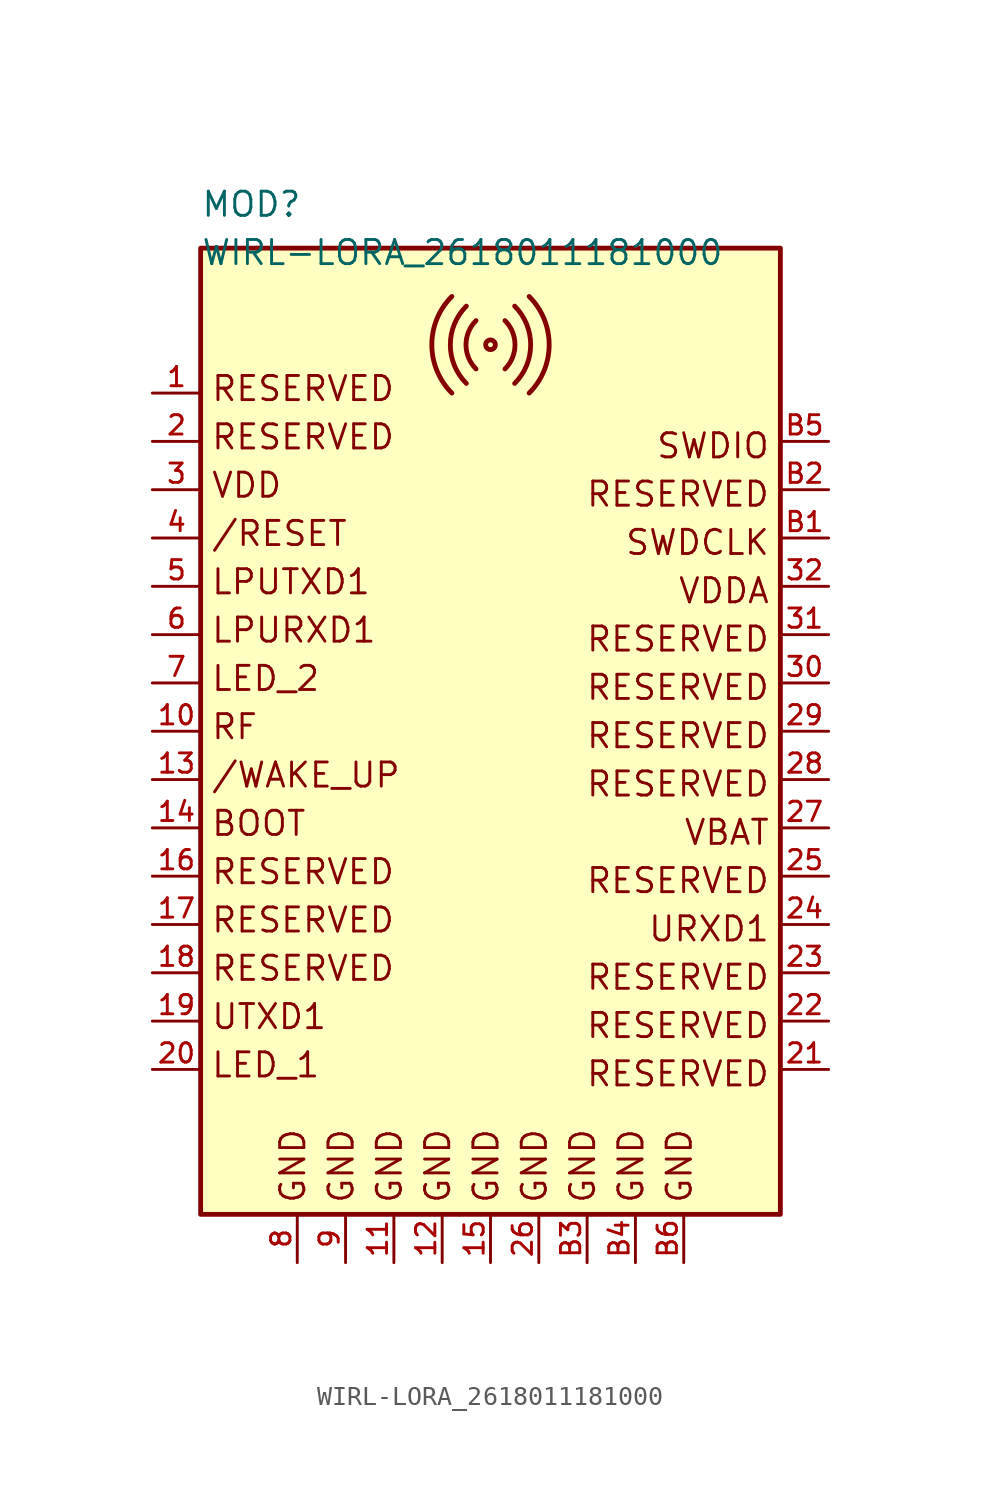
<source format=kicad_sym>
(kicad_symbol_lib
  (version 20211014)
  (generator kicad_symbol_editor)
  (symbol "WIRL-LORA_2618011181000"
    (pin_names
      (offset 1.016))
    (property "Reference" "MOD"
      (at -15.24 28.448 0.0)
      (effects (font (size 1.27 1.27)) (justify top left)))
    (property "Value" "WIRL-LORA_2618011181000"
      (at -15.24 25.908 0.0)
      (effects (font (size 1.27 1.27)) (justify top left)))
    (symbol "WIRL-LORA_2618011181000_0_0"
      (text "RESERVED" (at -14.732 17.272 0) (effects (font (size 1.27 1.27)) (justify bottom left)))
      (text "RESERVED" (at -14.732 14.732 0) (effects (font (size 1.27 1.27)) (justify bottom left)))
      (text "UTXD1" (at -14.732 -15.748 0) (effects (font (size 1.27 1.27)) (justify bottom left)))
      (text "RESERVED" (at 14.732 13.208 0) (effects (font (size 1.27 1.27)) (justify top right)))
      (text "RESERVED" (at -14.732 -13.208 0) (effects (font (size 1.27 1.27)) (justify bottom left)))
      (text "LED_2" (at -14.732 2.032 0) (effects (font (size 1.27 1.27)) (justify bottom left)))
      (text "/WAKE_UP" (at -14.732 -3.048 0) (effects (font (size 1.27 1.27)) (justify bottom left)))
      (text "URXD1" (at 14.732 -9.652 0) (effects (font (size 1.27 1.27)) (justify top right)))
      (text "LED_1" (at -14.732 -18.288 0) (effects (font (size 1.27 1.27)) (justify bottom left)))
      (text "GND" (at -2.032 -24.892 900) (effects (font (size 1.27 1.27)) (justify bottom left)))
      (text "VBAT" (at 14.732 -4.572 0) (effects (font (size 1.27 1.27)) (justify top right)))
      (text "RESERVED" (at 14.732 -7.112 0) (effects (font (size 1.27 1.27)) (justify top right)))
      (text "RESERVED" (at 14.732 -12.192 0) (effects (font (size 1.27 1.27)) (justify top right)))
      (text "RESERVED" (at 14.732 -14.732 0) (effects (font (size 1.27 1.27)) (justify top right)))
      (text "RESERVED" (at 14.732 -17.272 0) (effects (font (size 1.27 1.27)) (justify top right)))
      (text "VDDA" (at 14.732 8.128 0) (effects (font (size 1.27 1.27)) (justify top right)))
      (text "RESERVED" (at 14.732 -2.032 0) (effects (font (size 1.27 1.27)) (justify top right)))
      (text "RESERVED" (at -14.732 -10.668 0) (effects (font (size 1.27 1.27)) (justify bottom left)))
      (text "VDD" (at -14.732 12.192 0) (effects (font (size 1.27 1.27)) (justify bottom left)))
      (text "/RESET" (at -14.732 9.652 0) (effects (font (size 1.27 1.27)) (justify bottom left)))
      (text "LPUTXD1" (at -14.732 7.112 0) (effects (font (size 1.27 1.27)) (justify bottom left)))
      (text "LPURXD1" (at -14.732 4.572 0) (effects (font (size 1.27 1.27)) (justify bottom left)))
      (text "RESERVED" (at 14.732 0.508 0) (effects (font (size 1.27 1.27)) (justify top right)))
      (text "GND" (at 8.128 -24.892 900) (effects (font (size 1.27 1.27)) (justify bottom left)))
      (text "GND" (at 10.668 -24.892 900) (effects (font (size 1.27 1.27)) (justify bottom left)))
      (text "RF" (at -14.732 -0.508 0) (effects (font (size 1.27 1.27)) (justify bottom left)))
      (text "GND" (at 0.508 -24.892 900) (effects (font (size 1.27 1.27)) (justify bottom left)))
      (text "GND" (at 3.048 -24.892 900) (effects (font (size 1.27 1.27)) (justify bottom left)))
      (text "RESERVED" (at 14.732 3.048 0) (effects (font (size 1.27 1.27)) (justify top right)))
      (text "BOOT" (at -14.732 -5.588 0) (effects (font (size 1.27 1.27)) (justify bottom left)))
      (text "GND" (at 5.588 -24.892 900) (effects (font (size 1.27 1.27)) (justify bottom left)))
      (text "RESERVED" (at 14.732 5.588 0) (effects (font (size 1.27 1.27)) (justify top right)))
      (text "SWDCLK" (at 14.732 10.668 0) (effects (font (size 1.27 1.27)) (justify top right)))
      (text "RESERVED" (at -14.732 -8.128 0) (effects (font (size 1.27 1.27)) (justify bottom left)))
      (text "GND" (at -9.652 -24.892 900) (effects (font (size 1.27 1.27)) (justify bottom left)))
      (text "GND" (at -7.112 -24.892 900) (effects (font (size 1.27 1.27)) (justify bottom left)))
      (text "SWDIO" (at 14.732 15.748 0) (effects (font (size 1.27 1.27)) (justify top right)))
      (text "GND" (at -4.572 -24.892 900) (effects (font (size 1.27 1.27)) (justify bottom left)))
      (arc (start -0.762 21.59) (mid -1.2881 20.32) (end -0.762 19.05) (stroke (width 0.254) (type default) (color 0 0 0 0)) (fill (type none)))
      (arc (start -1.27 22.352) (mid -2.1117 20.32) (end -1.27 18.288) (stroke (width 0.254) (type default) (color 0 0 0 0)) (fill (type none)))
      (arc (start -2.032 22.86) (mid -3.0841 20.32) (end -2.032 17.78) (stroke (width 0.254) (type default) (color 0 0 0 0)) (fill (type none)))
      (circle (center 0.0 20.32) (radius 0.254) (stroke (width 0.254)) (fill (type none)))
      (arc (start 0.762 19.05) (mid 1.2881 20.32) (end 0.762 21.59) (stroke (width 0.254) (type default) (color 0 0 0 0)) (fill (type none)))
      (arc (start 1.27 18.288) (mid 2.1117 20.32) (end 1.27 22.352) (stroke (width 0.254) (type default) (color 0 0 0 0)) (fill (type none)))
      (arc (start 2.032 17.78) (mid 3.0841 20.32) (end 2.032 22.86) (stroke (width 0.254) (type default) (color 0 0 0 0)) (fill (type none)))
      (rectangle (start -15.24 -25.4) (end 15.24 25.4) (stroke (width 0.254)) (fill (type background)))
      (pin bidirectional line (at -17.78 -10.16 0) (length 2.54) (name "~" (effects (font (size 1.016 1.016)))) (number "17" (effects (font (size 1.016 1.016)))))
      (pin bidirectional line (at -17.78 -12.7 0) (length 2.54) (name "~" (effects (font (size 1.016 1.016)))) (number "18" (effects (font (size 1.016 1.016)))))
      (pin bidirectional line (at -17.78 -15.24 0) (length 2.54) (name "~" (effects (font (size 1.016 1.016)))) (number "19" (effects (font (size 1.016 1.016)))))
      (pin bidirectional line (at -17.78 10.16 0) (length 2.54) (name "~" (effects (font (size 1.016 1.016)))) (number "4" (effects (font (size 1.016 1.016)))))
      (pin bidirectional line (at -17.78 7.62 0) (length 2.54) (name "~" (effects (font (size 1.016 1.016)))) (number "5" (effects (font (size 1.016 1.016)))))
      (pin bidirectional line (at -17.78 5.08 0) (length 2.54) (name "~" (effects (font (size 1.016 1.016)))) (number "6" (effects (font (size 1.016 1.016)))))
      (pin bidirectional line (at -17.78 2.54 0) (length 2.54) (name "~" (effects (font (size 1.016 1.016)))) (number "7" (effects (font (size 1.016 1.016)))))
      (pin power_in line (at -10.16 -27.94 90.0) (length 2.54) (name "~" (effects (font (size 1.016 1.016)))) (number "8" (effects (font (size 1.016 1.016)))))
      (pin power_in line (at -7.62 -27.94 90.0) (length 2.54) (name "~" (effects (font (size 1.016 1.016)))) (number "9" (effects (font (size 1.016 1.016)))))
      (pin bidirectional line (at -17.78 0.0 0) (length 2.54) (name "~" (effects (font (size 1.016 1.016)))) (number "10" (effects (font (size 1.016 1.016)))))
      (pin power_in line (at -5.08 -27.94 90.0) (length 2.54) (name "~" (effects (font (size 1.016 1.016)))) (number "11" (effects (font (size 1.016 1.016)))))
      (pin power_in line (at -2.54 -27.94 90.0) (length 2.54) (name "~" (effects (font (size 1.016 1.016)))) (number "12" (effects (font (size 1.016 1.016)))))
      (pin bidirectional line (at -17.78 -2.54 0) (length 2.54) (name "~" (effects (font (size 1.016 1.016)))) (number "13" (effects (font (size 1.016 1.016)))))
      (pin bidirectional line (at -17.78 -5.08 0) (length 2.54) (name "~" (effects (font (size 1.016 1.016)))) (number "14" (effects (font (size 1.016 1.016)))))
      (pin power_in line (at 0.0 -27.94 90.0) (length 2.54) (name "~" (effects (font (size 1.016 1.016)))) (number "15" (effects (font (size 1.016 1.016)))))
      (pin bidirectional line (at -17.78 -7.62 0) (length 2.54) (name "~" (effects (font (size 1.016 1.016)))) (number "16" (effects (font (size 1.016 1.016)))))
      (pin bidirectional line (at -17.78 17.78 0) (length 2.54) (name "~" (effects (font (size 1.016 1.016)))) (number "1" (effects (font (size 1.016 1.016)))))
      (pin bidirectional line (at -17.78 15.24 0) (length 2.54) (name "~" (effects (font (size 1.016 1.016)))) (number "2" (effects (font (size 1.016 1.016)))))
      (pin power_in line (at -17.78 12.7 0) (length 2.54) (name "~" (effects (font (size 1.016 1.016)))) (number "3" (effects (font (size 1.016 1.016)))))
      (pin bidirectional line (at -17.78 -17.78 0) (length 2.54) (name "~" (effects (font (size 1.016 1.016)))) (number "20" (effects (font (size 1.016 1.016)))))
      (pin bidirectional line (at 17.78 -17.78 180.0) (length 2.54) (name "~" (effects (font (size 1.016 1.016)))) (number "21" (effects (font (size 1.016 1.016)))))
      (pin bidirectional line (at 17.78 -15.24 180.0) (length 2.54) (name "~" (effects (font (size 1.016 1.016)))) (number "22" (effects (font (size 1.016 1.016)))))
      (pin bidirectional line (at 17.78 -12.7 180.0) (length 2.54) (name "~" (effects (font (size 1.016 1.016)))) (number "23" (effects (font (size 1.016 1.016)))))
      (pin bidirectional line (at 17.78 -10.16 180.0) (length 2.54) (name "~" (effects (font (size 1.016 1.016)))) (number "24" (effects (font (size 1.016 1.016)))))
      (pin bidirectional line (at 17.78 -7.62 180.0) (length 2.54) (name "~" (effects (font (size 1.016 1.016)))) (number "25" (effects (font (size 1.016 1.016)))))
      (pin power_in line (at 2.54 -27.94 90.0) (length 2.54) (name "~" (effects (font (size 1.016 1.016)))) (number "26" (effects (font (size 1.016 1.016)))))
      (pin power_in line (at 17.78 -5.08 180.0) (length 2.54) (name "~" (effects (font (size 1.016 1.016)))) (number "27" (effects (font (size 1.016 1.016)))))
      (pin bidirectional line (at 17.78 -2.54 180.0) (length 2.54) (name "~" (effects (font (size 1.016 1.016)))) (number "28" (effects (font (size 1.016 1.016)))))
      (pin bidirectional line (at 17.78 0.0 180.0) (length 2.54) (name "~" (effects (font (size 1.016 1.016)))) (number "29" (effects (font (size 1.016 1.016)))))
      (pin bidirectional line (at 17.78 2.54 180.0) (length 2.54) (name "~" (effects (font (size 1.016 1.016)))) (number "30" (effects (font (size 1.016 1.016)))))
      (pin bidirectional line (at 17.78 5.08 180.0) (length 2.54) (name "~" (effects (font (size 1.016 1.016)))) (number "31" (effects (font (size 1.016 1.016)))))
      (pin power_in line (at 17.78 7.62 180.0) (length 2.54) (name "~" (effects (font (size 1.016 1.016)))) (number "32" (effects (font (size 1.016 1.016)))))
      (pin bidirectional line (at 17.78 10.16 180.0) (length 2.54) (name "~" (effects (font (size 1.016 1.016)))) (number "B1" (effects (font (size 1.016 1.016)))))
      (pin bidirectional line (at 17.78 12.7 180.0) (length 2.54) (name "~" (effects (font (size 1.016 1.016)))) (number "B2" (effects (font (size 1.016 1.016)))))
      (pin power_in line (at 5.08 -27.94 90.0) (length 2.54) (name "~" (effects (font (size 1.016 1.016)))) (number "B3" (effects (font (size 1.016 1.016)))))
      (pin power_in line (at 7.62 -27.94 90.0) (length 2.54) (name "~" (effects (font (size 1.016 1.016)))) (number "B4" (effects (font (size 1.016 1.016)))))
      (pin bidirectional line (at 17.78 15.24 180.0) (length 2.54) (name "~" (effects (font (size 1.016 1.016)))) (number "B5" (effects (font (size 1.016 1.016)))))
      (pin power_in line (at 10.16 -27.94 90.0) (length 2.54) (name "~" (effects (font (size 1.016 1.016)))) (number "B6" (effects (font (size 1.016 1.016))))))))
</source>
